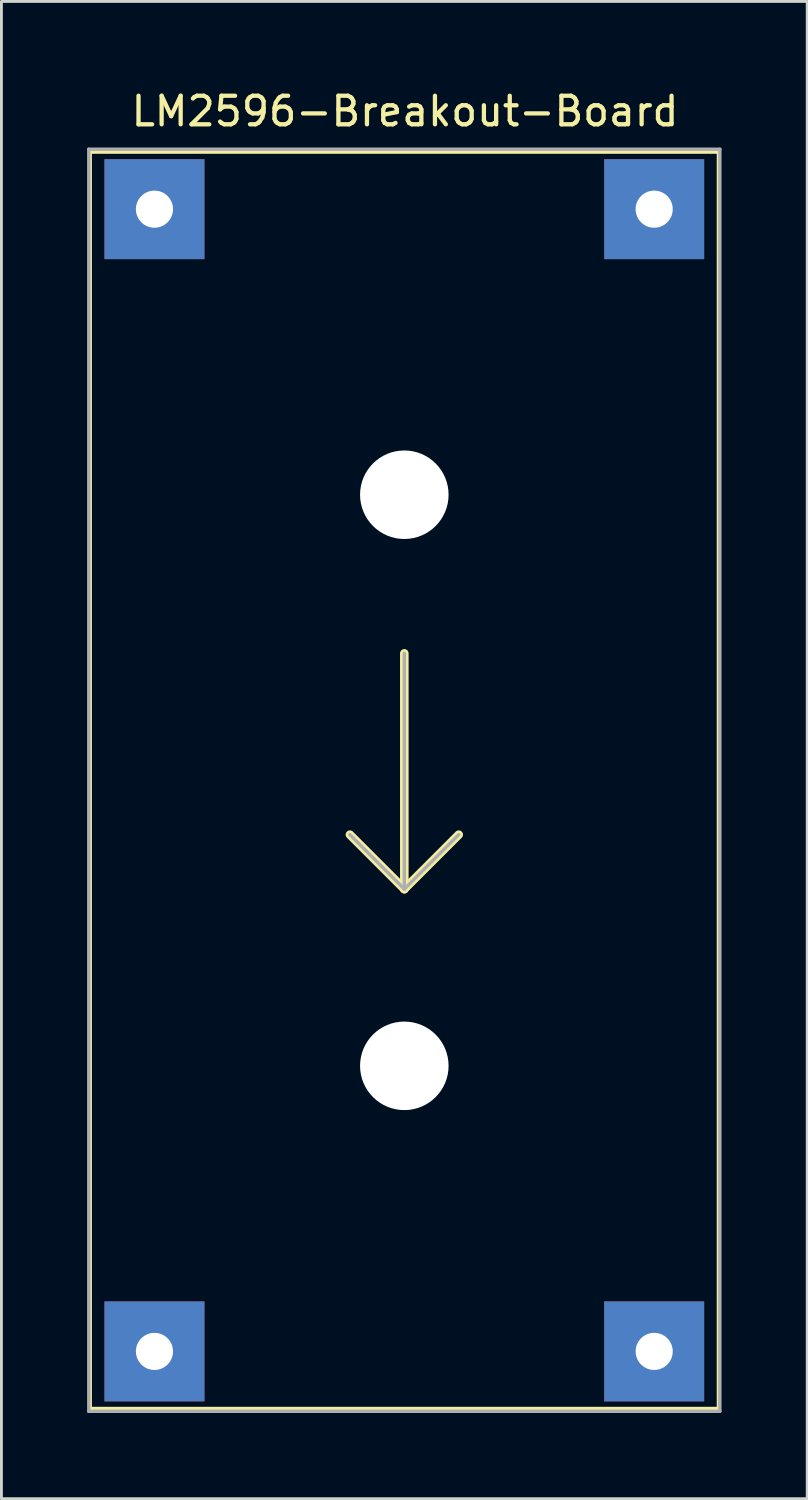
<source format=kicad_pcb>
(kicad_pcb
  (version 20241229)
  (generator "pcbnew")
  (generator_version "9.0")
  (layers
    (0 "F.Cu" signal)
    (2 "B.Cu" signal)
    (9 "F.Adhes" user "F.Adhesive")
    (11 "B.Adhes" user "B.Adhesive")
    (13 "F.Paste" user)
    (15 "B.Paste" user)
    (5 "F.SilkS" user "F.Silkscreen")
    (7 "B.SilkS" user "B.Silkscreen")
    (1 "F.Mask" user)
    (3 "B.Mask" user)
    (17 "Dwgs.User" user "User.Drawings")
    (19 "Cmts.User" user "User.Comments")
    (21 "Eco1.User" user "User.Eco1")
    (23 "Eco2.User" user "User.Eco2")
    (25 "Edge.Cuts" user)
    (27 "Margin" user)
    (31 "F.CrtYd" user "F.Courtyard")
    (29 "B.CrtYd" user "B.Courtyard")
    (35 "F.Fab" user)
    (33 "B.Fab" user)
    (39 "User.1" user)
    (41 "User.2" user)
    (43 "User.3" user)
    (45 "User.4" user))
  (footprint "LM2596-Breakout-Board"
    (layer "F.Cu")
    (at 11.109 24.275)
    (property "Reference" "LM2596-Breakout-Board" (at 0.025 -23.427 0) (layer "F.SilkS") (effects (font (size 1 1) (thickness 0.15))))
    (attr through_hole)
    (fp_line (start -11 -22) (end -11 22) (stroke (width 0.12) (type solid)) (layer "F.SilkS"))
    (fp_line (start -11 -22) (end 11 -22) (stroke (width 0.12) (type solid)) (layer "F.SilkS"))
    (fp_line (start -11 22) (end 11 22) (stroke (width 0.12) (type solid)) (layer "F.SilkS"))
    (fp_line (start -1.905 1.905) (end 0 3.81) (stroke (width 0.3) (type solid)) (layer "F.SilkS"))
    (fp_line (start 0 -4.445) (end 0 3.81) (stroke (width 0.3) (type solid)) (layer "F.SilkS"))
    (fp_line (start 1.905 1.905) (end 0 3.81) (stroke (width 0.3) (type solid)) (layer "F.SilkS"))
    (fp_line (start 11 22) (end 11 -22) (stroke (width 0.12) (type solid)) (layer "F.SilkS"))
    (fp_line (start -11.049 -22.098) (end 11.049 -22.098) (stroke (width 0.12) (type solid)) (layer "F.Fab"))
    (fp_line (start -11.049 22.098) (end -11.049 -22.098) (stroke (width 0.12) (type solid)) (layer "F.Fab"))
    (fp_line (start 0 -4.445) (end 0 3.81) (stroke (width 0.12) (type solid)) (layer "F.Fab"))
    (fp_line (start 0 3.81) (end -1.905 1.905) (stroke (width 0.12) (type solid)) (layer "F.Fab"))
    (fp_line (start 0 3.81) (end 1.905 1.905) (stroke (width 0.12) (type solid)) (layer "F.Fab"))
    (fp_line (start 11.049 -22.098) (end 11.049 22.098) (stroke (width 0.12) (type solid)) (layer "F.Fab"))
    (fp_line (start 11.049 22.098) (end -11.049 22.098) (stroke (width 0.12) (type solid)) (layer "F.Fab"))
    (pad "" np_thru_hole circle (at 0 -10) (size 3.1 3.1) (drill 3.1) (layers "*.Cu" "*.Mask"))
    (pad "" np_thru_hole circle (at 0 10) (size 3.1 3.1) (drill 3.1) (layers "*.Cu" "*.Mask"))
    (pad "1" thru_hole rect (at -8.75 -20) (size 3.5 3.5) (drill 1.3) (layers "*.Cu" "*.Mask"))
    (pad "2" thru_hole rect (at 8.75 -20) (size 3.5 3.5) (drill 1.3) (layers "*.Cu" "*.Mask"))
    (pad "3" thru_hole rect (at 8.75 20) (size 3.5 3.5) (drill 1.3) (layers "*.Cu" "*.Mask"))
    (pad "4" thru_hole rect (at -8.75 20) (size 3.5 3.5) (drill 1.3) (layers "*.Cu" "*.Mask")))
  (gr_rect
    (start -3 -3)
    (end 25.218 49.433)
    (stroke (width 0.1) (type default))
    (fill no)
    (layer "Edge.Cuts")))
</source>
